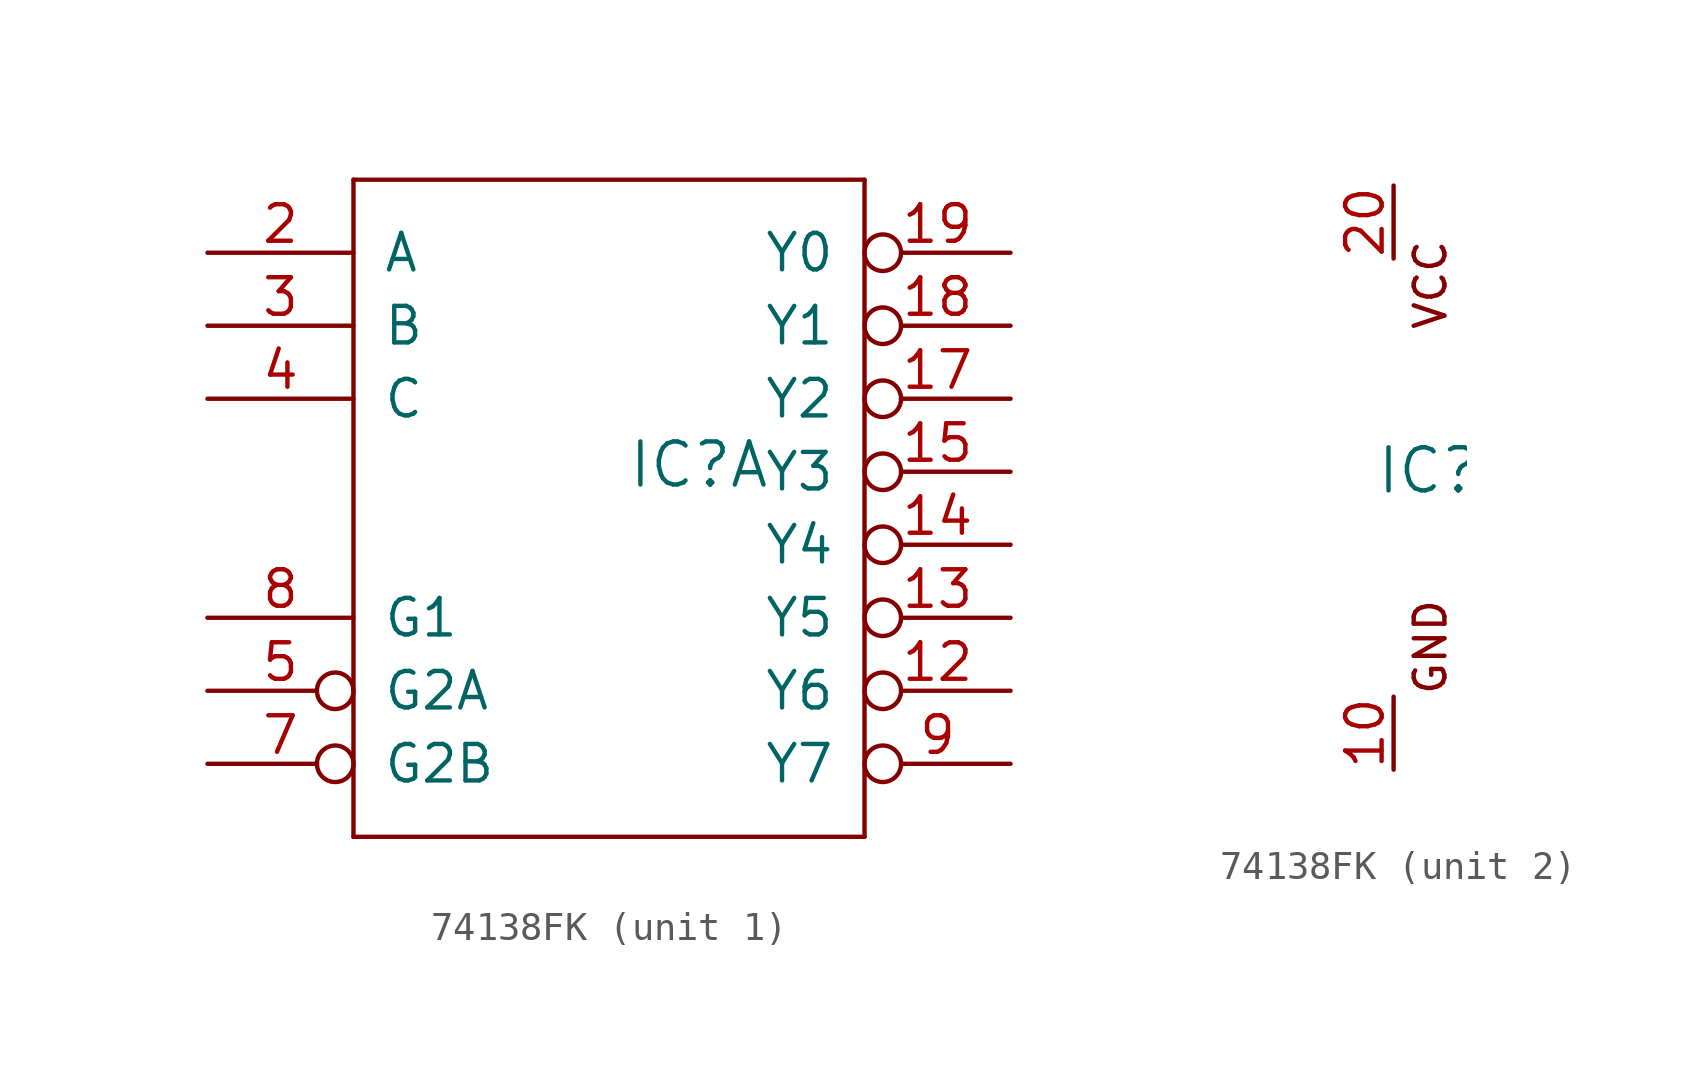
<source format=kicad_sym>
(kicad_symbol_lib
  (version 20211014)
  (generator kicad_symbol_editor)
  (symbol "74138FK"
    (pin_names
      (offset 1.016))
    (property "Reference" "IC"
      (at -0.635 -0.635 0)
      (effects (font (size 1.499 1.499)) (justify left bottom)))
    (property "ki_locked" ""
      (at 0 0 0)
      (effects (font (size 1.27 1.27))))
    (symbol "74138FK_1_0"
      (polyline (pts (xy -10.16 -12.7) (xy 7.62 -12.7)) (stroke (width 0) (type default) (color 0 0 0 0)) (fill (type none)))
      (polyline (pts (xy -10.16 10.16) (xy -10.16 -12.7)) (stroke (width 0) (type default) (color 0 0 0 0)) (fill (type none)))
      (polyline (pts (xy 7.62 -12.7) (xy 7.62 10.16)) (stroke (width 0) (type default) (color 0 0 0 0)) (fill (type none)))
      (polyline (pts (xy 7.62 10.16) (xy -10.16 10.16)) (stroke (width 0) (type default) (color 0 0 0 0)) (fill (type none)))
      (pin output inverted (at 12.7 -7.62 180) (length 5.08) (name "Y6" (effects (font (size 1.27 1.27)))) (number "12" (effects (font (size 1.27 1.27)))))
      (pin output inverted (at 12.7 -5.08 180) (length 5.08) (name "Y5" (effects (font (size 1.27 1.27)))) (number "13" (effects (font (size 1.27 1.27)))))
      (pin output inverted (at 12.7 -2.54 180) (length 5.08) (name "Y4" (effects (font (size 1.27 1.27)))) (number "14" (effects (font (size 1.27 1.27)))))
      (pin output inverted (at 12.7 0 180) (length 5.08) (name "Y3" (effects (font (size 1.27 1.27)))) (number "15" (effects (font (size 1.27 1.27)))))
      (pin output inverted (at 12.7 2.54 180) (length 5.08) (name "Y2" (effects (font (size 1.27 1.27)))) (number "17" (effects (font (size 1.27 1.27)))))
      (pin output inverted (at 12.7 5.08 180) (length 5.08) (name "Y1" (effects (font (size 1.27 1.27)))) (number "18" (effects (font (size 1.27 1.27)))))
      (pin output inverted (at 12.7 7.62 180) (length 5.08) (name "Y0" (effects (font (size 1.27 1.27)))) (number "19" (effects (font (size 1.27 1.27)))))
      (pin input line (at -15.24 7.62 0) (length 5.08) (name "A" (effects (font (size 1.27 1.27)))) (number "2" (effects (font (size 1.27 1.27)))))
      (pin input line (at -15.24 5.08 0) (length 5.08) (name "B" (effects (font (size 1.27 1.27)))) (number "3" (effects (font (size 1.27 1.27)))))
      (pin input line (at -15.24 2.54 0) (length 5.08) (name "C" (effects (font (size 1.27 1.27)))) (number "4" (effects (font (size 1.27 1.27)))))
      (pin input inverted (at -15.24 -7.62 0) (length 5.08) (name "G2A" (effects (font (size 1.27 1.27)))) (number "5" (effects (font (size 1.27 1.27)))))
      (pin input inverted (at -15.24 -10.16 0) (length 5.08) (name "G2B" (effects (font (size 1.27 1.27)))) (number "7" (effects (font (size 1.27 1.27)))))
      (pin input line (at -15.24 -5.08 0) (length 5.08) (name "G1" (effects (font (size 1.27 1.27)))) (number "8" (effects (font (size 1.27 1.27)))))
      (pin output inverted (at 12.7 -10.16 180) (length 5.08) (name "Y7" (effects (font (size 1.27 1.27)))) (number "9" (effects (font (size 1.27 1.27))))))
    (symbol "74138FK_2_0"
      (text "GND" (at 1.905 -7.62 900) (effects (font (size 1.067 1.067)) (justify left bottom)))
      (text "VCC" (at 1.905 5.08 900) (effects (font (size 1.067 1.067)) (justify left bottom)))
      (pin power_in line (at 0 -10.16 90) (length 2.54) (name "GND" (effects (font (size 0 0)))) (number "10" (effects (font (size 1.27 1.27)))))
      (pin power_in line (at 0 10.16 270) (length 2.54) (name "VCC" (effects (font (size 0 0)))) (number "20" (effects (font (size 1.27 1.27))))))))
</source>
